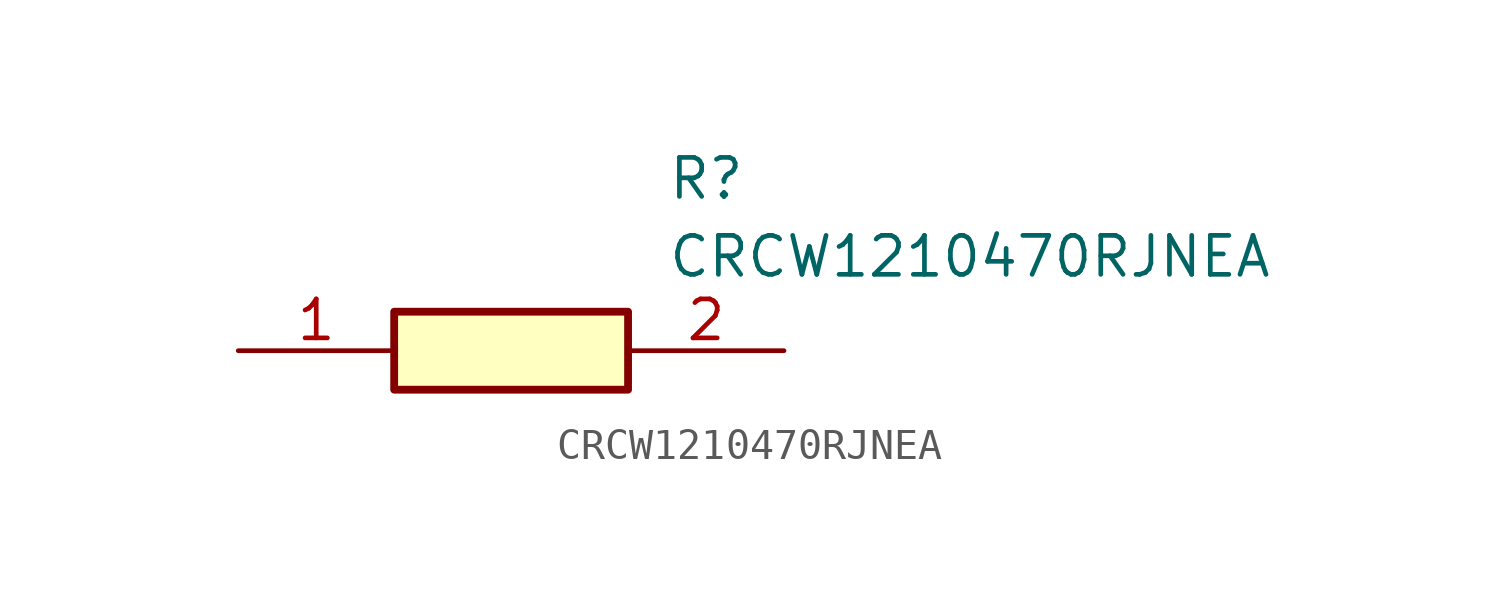
<source format=kicad_sym>
(kicad_symbol_lib
  (version 20211014)
  (generator SamacSys_ECAD_Model)
  (symbol "CRCW1210470RJNEA"
    (pin_names hide)
    (property "Reference" "R"
      (at 13.97 6.35 0)
      (effects (font (size 1.27 1.27)) (justify left top)))
    (property "Value" "CRCW1210470RJNEA"
      (at 13.97 3.81 0)
      (effects (font (size 1.27 1.27)) (justify left top)))
    (rectangle
      (start 5.08 1.27)
      (end 12.7 -1.27)
      (stroke (width 0.254) (type default))
      (fill (type background)))
    (pin passive line
      (at 0 0 0)
      (length 5.08)
      (name "1" (effects (font (size 1.27 1.27))))
      (number "1" (effects (font (size 1.27 1.27)))))
    (pin passive line
      (at 17.78 0 180)
      (length 5.08)
      (name "2" (effects (font (size 1.27 1.27))))
      (number "2" (effects (font (size 1.27 1.27)))))))
</source>
